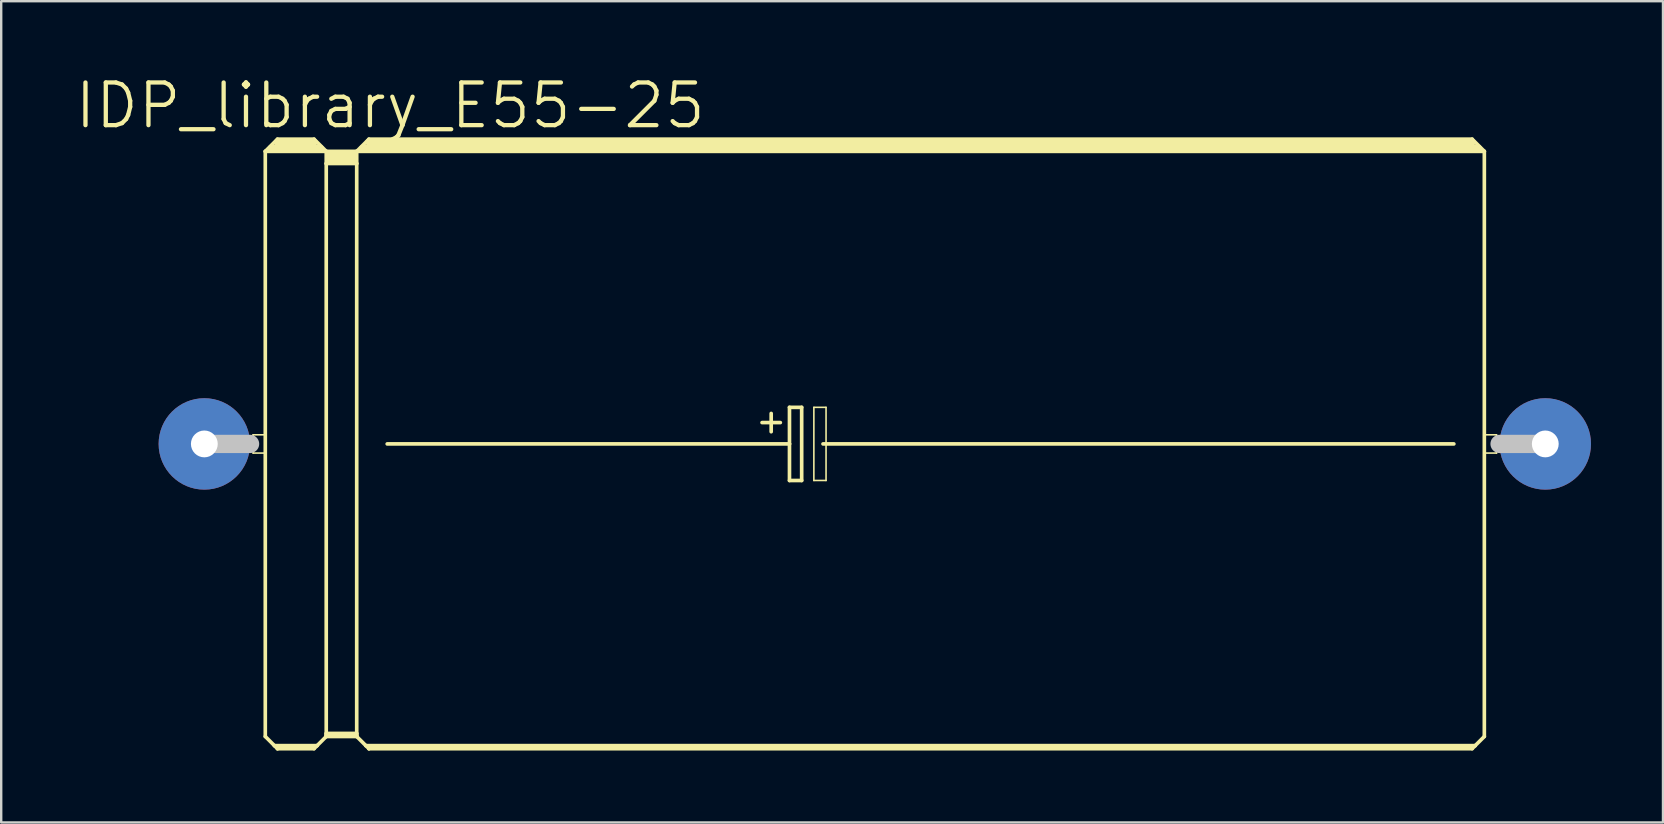
<source format=kicad_pcb>
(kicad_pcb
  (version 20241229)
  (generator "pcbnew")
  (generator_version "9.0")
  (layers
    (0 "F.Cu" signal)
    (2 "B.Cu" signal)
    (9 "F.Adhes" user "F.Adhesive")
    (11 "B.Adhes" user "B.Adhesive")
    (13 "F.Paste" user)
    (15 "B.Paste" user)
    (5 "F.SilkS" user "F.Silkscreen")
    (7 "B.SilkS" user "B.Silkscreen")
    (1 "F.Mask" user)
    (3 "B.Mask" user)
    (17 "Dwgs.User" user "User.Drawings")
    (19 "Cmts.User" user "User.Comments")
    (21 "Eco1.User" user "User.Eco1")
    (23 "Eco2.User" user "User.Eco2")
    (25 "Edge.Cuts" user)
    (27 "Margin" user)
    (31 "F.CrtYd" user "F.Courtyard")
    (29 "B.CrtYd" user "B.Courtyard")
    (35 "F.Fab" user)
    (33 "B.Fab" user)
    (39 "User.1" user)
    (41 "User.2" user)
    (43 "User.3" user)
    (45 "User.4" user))
  (footprint "IDP_library_E55-25"
    (layer "F.Cu")
    (at 33.405 15.449)
    (property "Reference" "IDP_library_E55-25" (at -20.193 -14.097 0) (layer "F.SilkS") (effects (font (size 1.778 1.778) (thickness 0.178))))
    (attr exclude_from_pos_files exclude_from_bom)
    (fp_line (start -25.908 -0.381) (end -25.4 -0.381) (stroke (width 0.066) (type solid)) (layer "F.SilkS"))
    (fp_line (start -25.908 0.381) (end -25.908 -0.381) (stroke (width 0.066) (type solid)) (layer "F.SilkS"))
    (fp_line (start -25.908 0.381) (end -25.4 0.381) (stroke (width 0.066) (type solid)) (layer "F.SilkS"))
    (fp_line (start -25.4 -12.192) (end -25.4 12.192) (stroke (width 0.152) (type solid)) (layer "F.SilkS"))
    (fp_line (start -25.4 -12.192) (end -24.892 -12.7) (stroke (width 0.152) (type solid)) (layer "F.SilkS"))
    (fp_line (start -25.4 -12.192) (end -22.86 -12.192) (stroke (width 0.152) (type solid)) (layer "F.SilkS"))
    (fp_line (start -25.4 0.381) (end -25.4 -0.381) (stroke (width 0.066) (type solid)) (layer "F.SilkS"))
    (fp_line (start -25.4 12.192) (end -25.019 12.573) (stroke (width 0.152) (type solid)) (layer "F.SilkS"))
    (fp_line (start -25.146 -12.319) (end -23.114 -12.319) (stroke (width 0.305) (type solid)) (layer "F.SilkS"))
    (fp_line (start -25.019 12.573) (end -24.892 12.7) (stroke (width 0.152) (type solid)) (layer "F.SilkS"))
    (fp_line (start -25.019 12.573) (end -23.241 12.573) (stroke (width 0.152) (type solid)) (layer "F.SilkS"))
    (fp_line (start -24.892 -12.7) (end -23.368 -12.7) (stroke (width 0.152) (type solid)) (layer "F.SilkS"))
    (fp_line (start -24.892 -12.573) (end -23.368 -12.573) (stroke (width 0.305) (type solid)) (layer "F.SilkS"))
    (fp_line (start -24.892 12.649) (end -23.368 12.649) (stroke (width 0.152) (type solid)) (layer "F.SilkS"))
    (fp_line (start -24.892 12.7) (end -24.892 12.649) (stroke (width 0.152) (type solid)) (layer "F.SilkS"))
    (fp_line (start -24.892 12.7) (end -23.368 12.7) (stroke (width 0.152) (type solid)) (layer "F.SilkS"))
    (fp_line (start -23.368 -12.7) (end -22.86 -12.192) (stroke (width 0.152) (type solid)) (layer "F.SilkS"))
    (fp_line (start -23.368 12.7) (end -23.241 12.573) (stroke (width 0.152) (type solid)) (layer "F.SilkS"))
    (fp_line (start -23.241 12.573) (end -22.86 12.192) (stroke (width 0.152) (type solid)) (layer "F.SilkS"))
    (fp_line (start -22.86 -12.192) (end -21.59 -12.192) (stroke (width 0.152) (type solid)) (layer "F.SilkS"))
    (fp_line (start -22.86 -11.684) (end -22.86 -12.192) (stroke (width 0.152) (type solid)) (layer "F.SilkS"))
    (fp_line (start -22.86 -11.684) (end -21.59 -11.684) (stroke (width 0.152) (type solid)) (layer "F.SilkS"))
    (fp_line (start -22.86 12.065) (end -22.86 -11.684) (stroke (width 0.152) (type solid)) (layer "F.SilkS"))
    (fp_line (start -22.86 12.065) (end -21.59 12.065) (stroke (width 0.152) (type solid)) (layer "F.SilkS"))
    (fp_line (start -22.86 12.141) (end -22.86 12.065) (stroke (width 0.152) (type solid)) (layer "F.SilkS"))
    (fp_line (start -22.86 12.141) (end -21.59 12.141) (stroke (width 0.152) (type solid)) (layer "F.SilkS"))
    (fp_line (start -22.86 12.192) (end -22.86 12.141) (stroke (width 0.152) (type solid)) (layer "F.SilkS"))
    (fp_line (start -22.86 12.192) (end -21.59 12.192) (stroke (width 0.152) (type solid)) (layer "F.SilkS"))
    (fp_line (start -22.733 -12.065) (end -21.717 -12.065) (stroke (width 0.305) (type solid)) (layer "F.SilkS"))
    (fp_line (start -22.733 -11.811) (end -21.717 -11.811) (stroke (width 0.305) (type solid)) (layer "F.SilkS"))
    (fp_line (start -21.59 -12.192) (end -21.082 -12.7) (stroke (width 0.152) (type solid)) (layer "F.SilkS"))
    (fp_line (start -21.59 -12.192) (end 25.4 -12.192) (stroke (width 0.152) (type solid)) (layer "F.SilkS"))
    (fp_line (start -21.59 -11.684) (end -21.59 -12.192) (stroke (width 0.152) (type solid)) (layer "F.SilkS"))
    (fp_line (start -21.59 12.065) (end -21.59 -11.684) (stroke (width 0.152) (type solid)) (layer "F.SilkS"))
    (fp_line (start -21.59 12.141) (end -21.59 12.065) (stroke (width 0.152) (type solid)) (layer "F.SilkS"))
    (fp_line (start -21.59 12.192) (end -21.59 12.141) (stroke (width 0.152) (type solid)) (layer "F.SilkS"))
    (fp_line (start -21.59 12.192) (end -21.209 12.573) (stroke (width 0.152) (type solid)) (layer "F.SilkS"))
    (fp_line (start -21.336 -12.319) (end 25.146 -12.319) (stroke (width 0.305) (type solid)) (layer "F.SilkS"))
    (fp_line (start -21.209 12.573) (end -21.082 12.7) (stroke (width 0.152) (type solid)) (layer "F.SilkS"))
    (fp_line (start -21.209 12.573) (end 25.019 12.573) (stroke (width 0.152) (type solid)) (layer "F.SilkS"))
    (fp_line (start -21.082 -12.7) (end 24.892 -12.7) (stroke (width 0.152) (type solid)) (layer "F.SilkS"))
    (fp_line (start -21.082 -12.573) (end 24.892 -12.573) (stroke (width 0.305) (type solid)) (layer "F.SilkS"))
    (fp_line (start -21.082 12.649) (end 24.892 12.649) (stroke (width 0.152) (type solid)) (layer "F.SilkS"))
    (fp_line (start -21.082 12.7) (end -21.082 12.649) (stroke (width 0.152) (type solid)) (layer "F.SilkS"))
    (fp_line (start -21.082 12.7) (end 24.892 12.7) (stroke (width 0.152) (type solid)) (layer "F.SilkS"))
    (fp_line (start -20.32 0) (end -3.556 0) (stroke (width 0.152) (type solid)) (layer "F.SilkS"))
    (fp_line (start -4.699 -0.889) (end -3.937 -0.889) (stroke (width 0.152) (type solid)) (layer "F.SilkS"))
    (fp_line (start -4.318 -1.27) (end -4.318 -0.508) (stroke (width 0.152) (type solid)) (layer "F.SilkS"))
    (fp_line (start -3.556 -1.524) (end -3.556 0) (stroke (width 0.152) (type solid)) (layer "F.SilkS"))
    (fp_line (start -3.556 0) (end -3.556 1.524) (stroke (width 0.152) (type solid)) (layer "F.SilkS"))
    (fp_line (start -3.556 1.524) (end -3.048 1.524) (stroke (width 0.152) (type solid)) (layer "F.SilkS"))
    (fp_line (start -3.048 -1.524) (end -3.556 -1.524) (stroke (width 0.152) (type solid)) (layer "F.SilkS"))
    (fp_line (start -3.048 1.524) (end -3.048 -1.524) (stroke (width 0.152) (type solid)) (layer "F.SilkS"))
    (fp_line (start -2.54 -1.524) (end -2.032 -1.524) (stroke (width 0.066) (type solid)) (layer "F.SilkS"))
    (fp_line (start -2.54 1.524) (end -2.54 -1.524) (stroke (width 0.066) (type solid)) (layer "F.SilkS"))
    (fp_line (start -2.54 1.524) (end -2.032 1.524) (stroke (width 0.066) (type solid)) (layer "F.SilkS"))
    (fp_line (start -2.159 0) (end 24.13 0) (stroke (width 0.152) (type solid)) (layer "F.SilkS"))
    (fp_line (start -2.032 1.524) (end -2.032 -1.524) (stroke (width 0.066) (type solid)) (layer "F.SilkS"))
    (fp_line (start 24.892 -12.7) (end 25.4 -12.192) (stroke (width 0.152) (type solid)) (layer "F.SilkS"))
    (fp_line (start 24.892 12.7) (end 25.019 12.573) (stroke (width 0.152) (type solid)) (layer "F.SilkS"))
    (fp_line (start 25.019 12.573) (end 25.4 12.192) (stroke (width 0.152) (type solid)) (layer "F.SilkS"))
    (fp_line (start 25.4 -12.192) (end 25.4 12.192) (stroke (width 0.152) (type solid)) (layer "F.SilkS"))
    (fp_line (start 25.4 -0.381) (end 25.908 -0.381) (stroke (width 0.066) (type solid)) (layer "F.SilkS"))
    (fp_line (start 25.4 0.381) (end 25.4 -0.381) (stroke (width 0.066) (type solid)) (layer "F.SilkS"))
    (fp_line (start 25.4 0.381) (end 25.908 0.381) (stroke (width 0.066) (type solid)) (layer "F.SilkS"))
    (fp_line (start 25.908 0.381) (end 25.908 -0.381) (stroke (width 0.066) (type solid)) (layer "F.SilkS"))
    (fp_line (start -27.94 0) (end -26.035 0) (stroke (width 0.762) (type solid)) (layer "Dwgs.User"))
    (fp_line (start 27.94 0) (end 26.035 0) (stroke (width 0.762) (type solid)) (layer "Dwgs.User"))
    (pad "+" thru_hole circle (at -27.94 0) (size 3.81 3.81) (drill 1.118) (layers "*.Cu" "*.Paste" "*.Mask"))
    (pad "-" thru_hole circle (at 27.94 0) (size 3.81 3.81) (drill 1.118) (layers "*.Cu" "*.Paste" "*.Mask")))
  (gr_rect
    (start -3 -3)
    (end 66.25 31.225)
    (stroke (width 0.1) (type default))
    (fill no)
    (layer "Edge.Cuts")))
</source>
